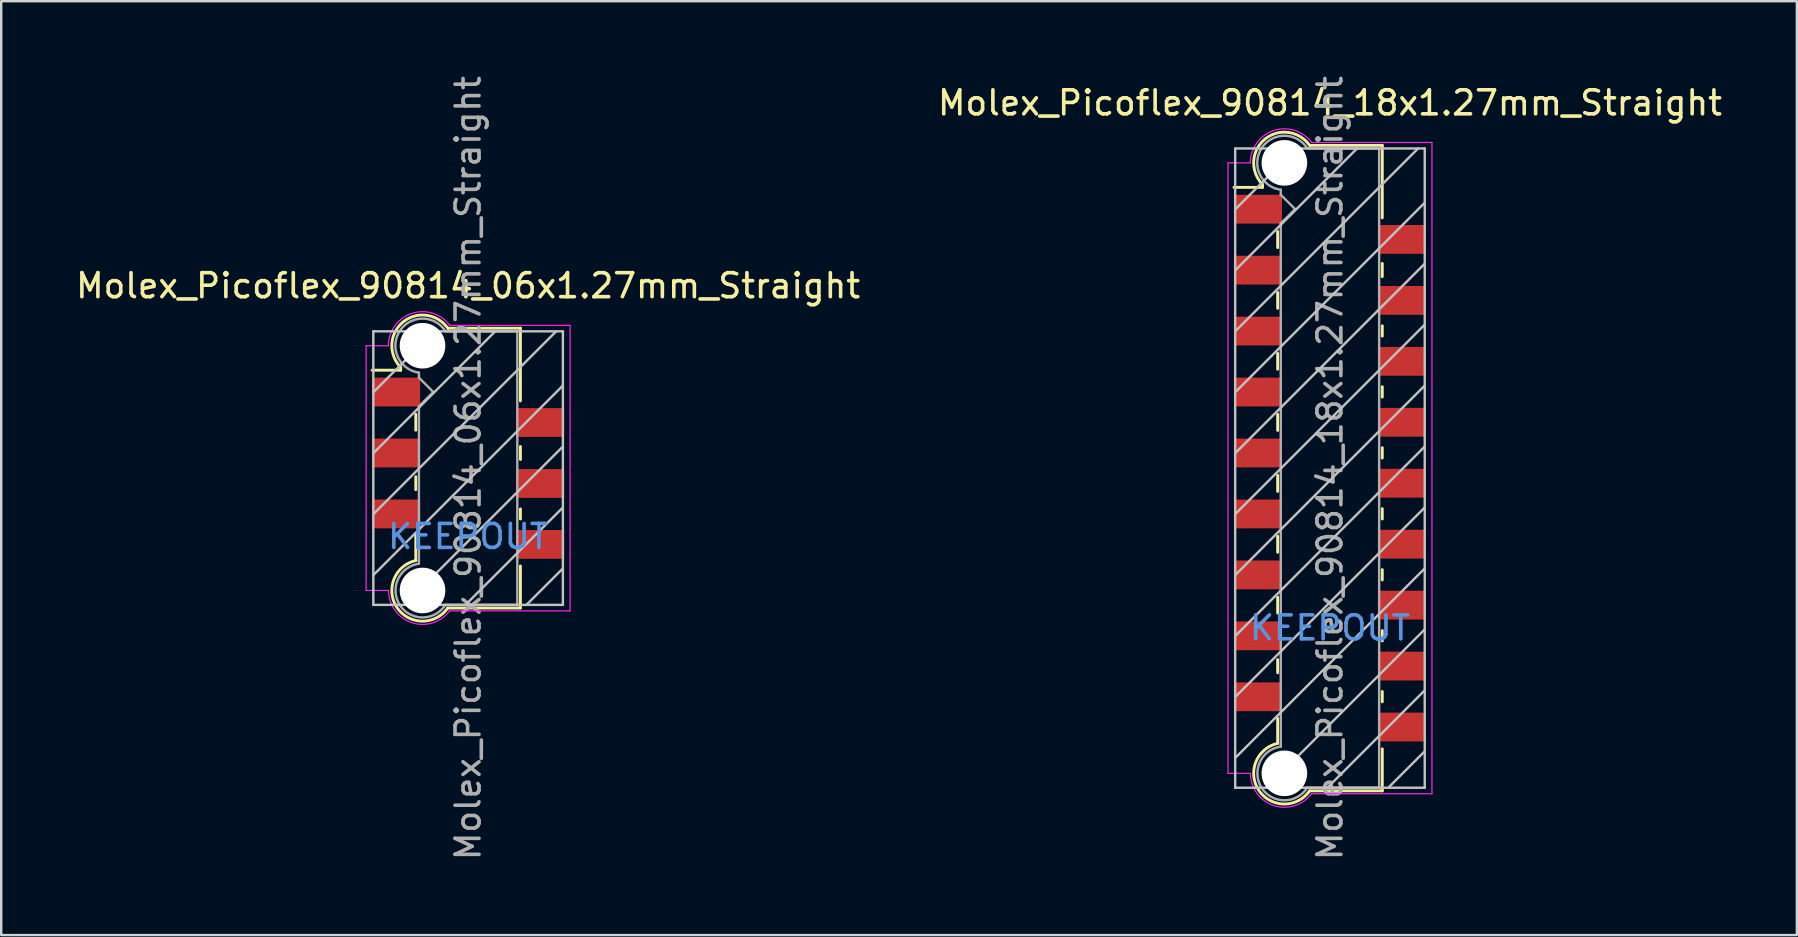
<source format=kicad_pcb>
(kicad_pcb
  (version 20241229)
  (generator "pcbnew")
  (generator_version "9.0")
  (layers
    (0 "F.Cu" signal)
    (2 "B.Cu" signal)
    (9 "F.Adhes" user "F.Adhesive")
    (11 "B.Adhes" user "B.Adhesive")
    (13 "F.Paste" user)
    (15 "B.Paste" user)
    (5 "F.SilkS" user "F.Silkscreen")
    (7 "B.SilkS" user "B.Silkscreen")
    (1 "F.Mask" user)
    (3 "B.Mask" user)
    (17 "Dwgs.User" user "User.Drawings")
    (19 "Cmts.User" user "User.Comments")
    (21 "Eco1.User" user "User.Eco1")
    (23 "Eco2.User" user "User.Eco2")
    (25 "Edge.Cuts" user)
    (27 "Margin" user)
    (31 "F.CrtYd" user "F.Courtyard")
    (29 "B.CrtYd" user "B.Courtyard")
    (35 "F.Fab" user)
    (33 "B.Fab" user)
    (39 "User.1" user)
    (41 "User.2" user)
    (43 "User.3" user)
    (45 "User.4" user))
  (footprint "Molex_Picoflex_90814_18x1.27mm_Straight"
    (layer "F.Cu")
    (at 52.375 16.458)
    (property "Reference" "Molex_Picoflex_90814_18x1.27mm_Straight" (at 0 -15.22 0) (layer "F.SilkS") (effects (font (size 1 1) (thickness 0.15))))
    (attr smd)
    (fp_line (start -2.81 -11.82) (end -2.81 -11.7) (stroke (width 0.12) (type solid)) (layer "F.SilkS"))
    (fp_line (start -2.81 -11.7) (end -4 -11.7) (stroke (width 0.12) (type solid)) (layer "F.SilkS"))
    (fp_line (start -2.18 -9.19) (end -2.18 -9.86) (stroke (width 0.12) (type solid)) (layer "F.SilkS"))
    (fp_line (start -2.18 -6.66) (end -2.18 -7.32) (stroke (width 0.12) (type solid)) (layer "F.SilkS"))
    (fp_line (start -2.18 -4.12) (end -2.18 -4.78) (stroke (width 0.12) (type solid)) (layer "F.SilkS"))
    (fp_line (start -2.18 -1.57) (end -2.18 -2.24) (stroke (width 0.12) (type solid)) (layer "F.SilkS"))
    (fp_line (start -2.18 0.97) (end -2.18 0.3) (stroke (width 0.12) (type solid)) (layer "F.SilkS"))
    (fp_line (start -2.18 3.51) (end -2.18 2.84) (stroke (width 0.12) (type solid)) (layer "F.SilkS"))
    (fp_line (start -2.18 6.04) (end -2.18 5.38) (stroke (width 0.12) (type solid)) (layer "F.SilkS"))
    (fp_line (start -2.18 8.53) (end -2.18 7.98) (stroke (width 0.12) (type solid)) (layer "F.SilkS"))
    (fp_line (start -2.18 11.47) (end -2.18 10.43) (stroke (width 0.12) (type solid)) (layer "F.SilkS"))
    (fp_line (start 2.18 -13.45) (end -0.82 -13.45) (stroke (width 0.12) (type solid)) (layer "F.SilkS"))
    (fp_line (start 2.18 -13.45) (end 2.18 -10.43) (stroke (width 0.12) (type solid)) (layer "F.SilkS"))
    (fp_line (start 2.18 -8.53) (end 2.18 -7.98) (stroke (width 0.12) (type solid)) (layer "F.SilkS"))
    (fp_line (start 2.18 -5.93) (end 2.18 -5.5) (stroke (width 0.12) (type solid)) (layer "F.SilkS"))
    (fp_line (start 2.18 -3.39) (end 2.18 -2.96) (stroke (width 0.12) (type solid)) (layer "F.SilkS"))
    (fp_line (start 2.18 -0.85) (end 2.18 -0.42) (stroke (width 0.12) (type solid)) (layer "F.SilkS"))
    (fp_line (start 2.18 1.69) (end 2.18 2.12) (stroke (width 0.12) (type solid)) (layer "F.SilkS"))
    (fp_line (start 2.18 4.23) (end 2.18 4.66) (stroke (width 0.12) (type solid)) (layer "F.SilkS"))
    (fp_line (start 2.18 6.77) (end 2.18 7.2) (stroke (width 0.12) (type solid)) (layer "F.SilkS"))
    (fp_line (start 2.18 9.31) (end 2.18 9.74) (stroke (width 0.12) (type solid)) (layer "F.SilkS"))
    (fp_line (start 2.18 11.7) (end 2.18 13.45) (stroke (width 0.12) (type solid)) (layer "F.SilkS"))
    (fp_line (start 2.18 13.45) (end -0.85 13.45) (stroke (width 0.12) (type solid)) (layer "F.SilkS"))
    (fp_arc (start -2.81 -11.82) (mid -2.708637 -13.712072) (end -0.834991 -13.429828) (stroke (width 0.12) (type solid)) (layer "F.SilkS"))
    (fp_arc (start -0.85 13.45) (mid -2.962791 13.431248) (end -2.174424 11.470964) (stroke (width 0.12) (type solid)) (layer "F.SilkS"))
    (fp_line (start -3.95 -13.32) (end -3.95 13.32) (stroke (width 0.1) (type solid)) (layer "Dwgs.User"))
    (fp_line (start -3.95 -10.78) (end -1.41 -13.32) (stroke (width 0.1) (type solid)) (layer "Dwgs.User"))
    (fp_line (start -3.95 -8.24) (end 1.13 -13.32) (stroke (width 0.1) (type solid)) (layer "Dwgs.User"))
    (fp_line (start -3.95 -5.7) (end 3.67 -13.32) (stroke (width 0.1) (type solid)) (layer "Dwgs.User"))
    (fp_line (start -3.95 -3.16) (end 3.95 -11.06) (stroke (width 0.1) (type solid)) (layer "Dwgs.User"))
    (fp_line (start -3.95 -0.62) (end 3.95 -8.52) (stroke (width 0.1) (type solid)) (layer "Dwgs.User"))
    (fp_line (start -3.95 1.92) (end 3.95 -5.98) (stroke (width 0.1) (type solid)) (layer "Dwgs.User"))
    (fp_line (start -3.95 4.46) (end 3.95 -3.44) (stroke (width 0.1) (type solid)) (layer "Dwgs.User"))
    (fp_line (start -3.95 7) (end 3.95 -0.9) (stroke (width 0.1) (type solid)) (layer "Dwgs.User"))
    (fp_line (start -3.95 9.54) (end 3.95 1.64) (stroke (width 0.1) (type solid)) (layer "Dwgs.User"))
    (fp_line (start -3.95 12.08) (end 3.95 4.18) (stroke (width 0.1) (type solid)) (layer "Dwgs.User"))
    (fp_line (start -3.95 13.32) (end 3.95 13.32) (stroke (width 0.1) (type solid)) (layer "Dwgs.User"))
    (fp_line (start -2.65 13.32) (end 3.95 6.72) (stroke (width 0.1) (type solid)) (layer "Dwgs.User"))
    (fp_line (start -0.11 13.32) (end 3.95 9.26) (stroke (width 0.1) (type solid)) (layer "Dwgs.User"))
    (fp_line (start 2.43 13.32) (end 3.95 11.8) (stroke (width 0.1) (type solid)) (layer "Dwgs.User"))
    (fp_line (start 3.95 -13.32) (end -3.95 -13.32) (stroke (width 0.1) (type solid)) (layer "Dwgs.User"))
    (fp_line (start 3.95 13.32) (end 3.95 -13.32) (stroke (width 0.1) (type solid)) (layer "Dwgs.User"))
    (fp_line (start -4.25 12.72) (end -4.25 -12.72) (stroke (width 0.05) (type solid)) (layer "F.CrtYd"))
    (fp_line (start -3.32 -12.72) (end -4.25 -12.72) (stroke (width 0.05) (type solid)) (layer "F.CrtYd"))
    (fp_line (start -3.32 12.72) (end -4.25 12.72) (stroke (width 0.05) (type solid)) (layer "F.CrtYd"))
    (fp_line (start 4.25 -13.57) (end -0.76 -13.57) (stroke (width 0.05) (type solid)) (layer "F.CrtYd"))
    (fp_line (start 4.25 -13.57) (end 4.25 13.57) (stroke (width 0.05) (type solid)) (layer "F.CrtYd"))
    (fp_line (start 4.25 13.57) (end -0.77 13.57) (stroke (width 0.05) (type solid)) (layer "F.CrtYd"))
    (fp_arc (start -3.32 -12.72) (mid -2.344692 -14.068573) (end -0.758523 -13.564648) (stroke (width 0.05) (type solid)) (layer "F.CrtYd"))
    (fp_arc (start -0.77 13.57) (mid -2.348691 14.060924) (end -3.314001 12.718743) (stroke (width 0.05) (type solid)) (layer "F.CrtYd"))
    (fp_line (start -2.05 -11.39) (end -2.05 -11.6) (stroke (width 0.1) (type solid)) (layer "F.Fab"))
    (fp_line (start -2.05 -10.2) (end -1.45 -10.79) (stroke (width 0.1) (type solid)) (layer "F.Fab"))
    (fp_line (start -2.05 11.6) (end -2.05 -10.2) (stroke (width 0.1) (type solid)) (layer "F.Fab"))
    (fp_line (start -1.45 -10.79) (end -2.05 -11.39) (stroke (width 0.1) (type solid)) (layer "F.Fab"))
    (fp_line (start 2.05 -13.32) (end -0.93 -13.32) (stroke (width 0.1) (type solid)) (layer "F.Fab"))
    (fp_line (start 2.05 -13.32) (end 2.05 13.32) (stroke (width 0.1) (type solid)) (layer "F.Fab"))
    (fp_line (start 2.05 13.32) (end -0.95 13.32) (stroke (width 0.1) (type solid)) (layer "F.Fab"))
    (fp_arc (start -2.05 -11.6) (mid -2.851672 -13.329279) (end -0.945612 -13.325015) (stroke (width 0.1) (type solid)) (layer "F.Fab"))
    (fp_arc (start -0.95 13.32) (mid -2.845272 13.327422) (end -2.051022 11.606585) (stroke (width 0.1) (type solid)) (layer "F.Fab"))
    (fp_text user "KEEPOUT" (at 0 6.66 0) (layer "Cmts.User") (effects (font (size 1 1) (thickness 0.15))))
    (fp_text user "${REFERENCE}" (at 0 0 90) (layer "F.Fab") (effects (font (size 1 1) (thickness 0.15))))
    (pad "" np_thru_hole circle (at -1.9 -12.72) (size 1.9 1.9) (drill 1.9) (layers "*.Cu"))
    (pad "" np_thru_hole circle (at -1.9 12.72) (size 1.9 1.9) (drill 1.9) (layers "*.Cu"))
    (pad "1" smd rect (at -3 -10.79) (size 2 1.2) (layers "F.Cu" "F.Mask" "F.Paste"))
    (pad "2" smd rect (at 3 -9.53) (size 2 1.2) (layers "F.Cu" "F.Mask" "F.Paste"))
    (pad "3" smd rect (at -3 -8.25) (size 2 1.2) (layers "F.Cu" "F.Mask" "F.Paste"))
    (pad "4" smd rect (at 3 -6.99) (size 2 1.2) (layers "F.Cu" "F.Mask" "F.Paste"))
    (pad "5" smd rect (at -3 -5.71) (size 2 1.2) (layers "F.Cu" "F.Mask" "F.Paste"))
    (pad "6" smd rect (at 3 -4.45) (size 2 1.2) (layers "F.Cu" "F.Mask" "F.Paste"))
    (pad "7" smd rect (at -3 -3.17) (size 2 1.2) (layers "F.Cu" "F.Mask" "F.Paste"))
    (pad "8" smd rect (at 3 -1.91) (size 2 1.2) (layers "F.Cu" "F.Mask" "F.Paste"))
    (pad "9" smd rect (at -3 -0.63) (size 2 1.2) (layers "F.Cu" "F.Mask" "F.Paste"))
    (pad "10" smd rect (at 3 0.63) (size 2 1.2) (layers "F.Cu" "F.Mask" "F.Paste"))
    (pad "11" smd rect (at -3 1.91) (size 2 1.2) (layers "F.Cu" "F.Mask" "F.Paste"))
    (pad "12" smd rect (at 3 3.17) (size 2 1.2) (layers "F.Cu" "F.Mask" "F.Paste"))
    (pad "13" smd rect (at -3 4.45) (size 2 1.2) (layers "F.Cu" "F.Mask" "F.Paste"))
    (pad "14" smd rect (at 3 5.71) (size 2 1.2) (layers "F.Cu" "F.Mask" "F.Paste"))
    (pad "15" smd rect (at -3 6.99) (size 2 1.2) (layers "F.Cu" "F.Mask" "F.Paste"))
    (pad "16" smd rect (at 3 8.25) (size 2 1.2) (layers "F.Cu" "F.Mask" "F.Paste"))
    (pad "17" smd rect (at -3 9.53) (size 2 1.2) (layers "F.Cu" "F.Mask" "F.Paste"))
    (pad "18" smd rect (at 3 10.79) (size 2 1.2) (layers "F.Cu" "F.Mask" "F.Paste")))
  (footprint "Molex_Picoflex_90814_06x1.27mm_Straight"
    (layer "F.Cu")
    (at 16.458 16.458)
    (property "Reference" "Molex_Picoflex_90814_06x1.27mm_Straight" (at 0 -7.6 0) (layer "F.SilkS") (effects (font (size 1 1) (thickness 0.15))))
    (attr smd)
    (fp_line (start -2.81 -4.2) (end -2.81 -4.08) (stroke (width 0.12) (type solid)) (layer "F.SilkS"))
    (fp_line (start -2.81 -4.08) (end -4 -4.08) (stroke (width 0.12) (type solid)) (layer "F.SilkS"))
    (fp_line (start -2.18 -1.58) (end -2.18 -2.24) (stroke (width 0.12) (type solid)) (layer "F.SilkS"))
    (fp_line (start -2.18 0.9) (end -2.18 0.36) (stroke (width 0.12) (type solid)) (layer "F.SilkS"))
    (fp_line (start -2.18 3.85) (end -2.18 2.8) (stroke (width 0.12) (type solid)) (layer "F.SilkS"))
    (fp_line (start 2.18 -5.83) (end -0.82 -5.83) (stroke (width 0.12) (type solid)) (layer "F.SilkS"))
    (fp_line (start 2.18 -5.83) (end 2.18 -2.8) (stroke (width 0.12) (type solid)) (layer "F.SilkS"))
    (fp_line (start 2.18 -0.9) (end 2.18 -0.36) (stroke (width 0.12) (type solid)) (layer "F.SilkS"))
    (fp_line (start 2.18 1.7) (end 2.18 2.12) (stroke (width 0.12) (type solid)) (layer "F.SilkS"))
    (fp_line (start 2.18 4.08) (end 2.18 5.83) (stroke (width 0.12) (type solid)) (layer "F.SilkS"))
    (fp_line (start 2.18 5.83) (end -0.85 5.83) (stroke (width 0.12) (type solid)) (layer "F.SilkS"))
    (fp_arc (start -2.81 -4.2) (mid -2.708637 -6.092072) (end -0.834991 -5.809828) (stroke (width 0.12) (type solid)) (layer "F.SilkS"))
    (fp_arc (start -0.85 5.83) (mid -2.962791 5.811248) (end -2.174424 3.850964) (stroke (width 0.12) (type solid)) (layer "F.SilkS"))
    (fp_line (start -3.95 -5.7) (end -3.95 5.7) (stroke (width 0.1) (type solid)) (layer "Dwgs.User"))
    (fp_line (start -3.95 -3.16) (end -1.41 -5.7) (stroke (width 0.1) (type solid)) (layer "Dwgs.User"))
    (fp_line (start -3.95 -0.62) (end 1.13 -5.7) (stroke (width 0.1) (type solid)) (layer "Dwgs.User"))
    (fp_line (start -3.95 1.92) (end 3.67 -5.7) (stroke (width 0.1) (type solid)) (layer "Dwgs.User"))
    (fp_line (start -3.95 4.46) (end 3.95 -3.44) (stroke (width 0.1) (type solid)) (layer "Dwgs.User"))
    (fp_line (start -3.95 5.7) (end 3.95 5.7) (stroke (width 0.1) (type solid)) (layer "Dwgs.User"))
    (fp_line (start -2.65 5.7) (end 3.95 -0.9) (stroke (width 0.1) (type solid)) (layer "Dwgs.User"))
    (fp_line (start -0.11 5.7) (end 3.95 1.64) (stroke (width 0.1) (type solid)) (layer "Dwgs.User"))
    (fp_line (start 2.43 5.7) (end 3.95 4.18) (stroke (width 0.1) (type solid)) (layer "Dwgs.User"))
    (fp_line (start 3.95 -5.7) (end -3.95 -5.7) (stroke (width 0.1) (type solid)) (layer "Dwgs.User"))
    (fp_line (start 3.95 5.7) (end 3.95 -5.7) (stroke (width 0.1) (type solid)) (layer "Dwgs.User"))
    (fp_line (start -4.25 5.1) (end -4.25 -5.1) (stroke (width 0.05) (type solid)) (layer "F.CrtYd"))
    (fp_line (start -3.32 -5.1) (end -4.25 -5.1) (stroke (width 0.05) (type solid)) (layer "F.CrtYd"))
    (fp_line (start -3.32 5.1) (end -4.25 5.1) (stroke (width 0.05) (type solid)) (layer "F.CrtYd"))
    (fp_line (start 4.25 -5.95) (end -0.76 -5.95) (stroke (width 0.05) (type solid)) (layer "F.CrtYd"))
    (fp_line (start 4.25 -5.95) (end 4.25 5.95) (stroke (width 0.05) (type solid)) (layer "F.CrtYd"))
    (fp_line (start 4.25 5.95) (end -0.77 5.95) (stroke (width 0.05) (type solid)) (layer "F.CrtYd"))
    (fp_arc (start -3.32 -5.1) (mid -2.344692 -6.448573) (end -0.758523 -5.944648) (stroke (width 0.05) (type solid)) (layer "F.CrtYd"))
    (fp_arc (start -0.77 5.95) (mid -2.348691 6.440924) (end -3.314001 5.098743) (stroke (width 0.05) (type solid)) (layer "F.CrtYd"))
    (fp_line (start -2.05 -3.77) (end -2.05 -3.98) (stroke (width 0.1) (type solid)) (layer "F.Fab"))
    (fp_line (start -2.05 -2.57) (end -1.45 -3.17) (stroke (width 0.1) (type solid)) (layer "F.Fab"))
    (fp_line (start -2.05 3.98) (end -2.05 -2.57) (stroke (width 0.1) (type solid)) (layer "F.Fab"))
    (fp_line (start -1.45 -3.17) (end -2.05 -3.77) (stroke (width 0.1) (type solid)) (layer "F.Fab"))
    (fp_line (start 2.05 -5.7) (end -0.93 -5.7) (stroke (width 0.1) (type solid)) (layer "F.Fab"))
    (fp_line (start 2.05 -5.7) (end 2.05 5.7) (stroke (width 0.1) (type solid)) (layer "F.Fab"))
    (fp_line (start 2.05 5.7) (end -0.95 5.7) (stroke (width 0.1) (type solid)) (layer "F.Fab"))
    (fp_arc (start -2.05 -3.98) (mid -2.851672 -5.709279) (end -0.945612 -5.705015) (stroke (width 0.1) (type solid)) (layer "F.Fab"))
    (fp_arc (start -0.95 5.7) (mid -2.845272 5.707422) (end -2.051022 3.986585) (stroke (width 0.1) (type solid)) (layer "F.Fab"))
    (fp_text user "KEEPOUT" (at 0 2.85 0) (layer "Cmts.User") (effects (font (size 1 1) (thickness 0.15))))
    (fp_text user "${REFERENCE}" (at 0 0 90) (layer "F.Fab") (effects (font (size 1 1) (thickness 0.15))))
    (pad "" np_thru_hole circle (at -1.9 -5.1) (size 1.9 1.9) (drill 1.9) (layers "*.Cu"))
    (pad "" np_thru_hole circle (at -1.9 5.1) (size 1.9 1.9) (drill 1.9) (layers "*.Cu"))
    (pad "1" smd rect (at -3 -3.17) (size 2 1.2) (layers "F.Cu" "F.Mask" "F.Paste"))
    (pad "2" smd rect (at 3 -1.9) (size 2 1.2) (layers "F.Cu" "F.Mask" "F.Paste"))
    (pad "3" smd rect (at -3 -0.63) (size 2 1.2) (layers "F.Cu" "F.Mask" "F.Paste"))
    (pad "4" smd rect (at 3 0.64) (size 2 1.2) (layers "F.Cu" "F.Mask" "F.Paste"))
    (pad "5" smd rect (at -3 1.91) (size 2 1.2) (layers "F.Cu" "F.Mask" "F.Paste"))
    (pad "6" smd rect (at 3 3.18) (size 2 1.2) (layers "F.Cu" "F.Mask" "F.Paste")))
  (gr_rect
    (start -3 -3)
    (end 71.833 35.917)
    (stroke (width 0.1) (type default))
    (fill no)
    (layer "Edge.Cuts")))
</source>
